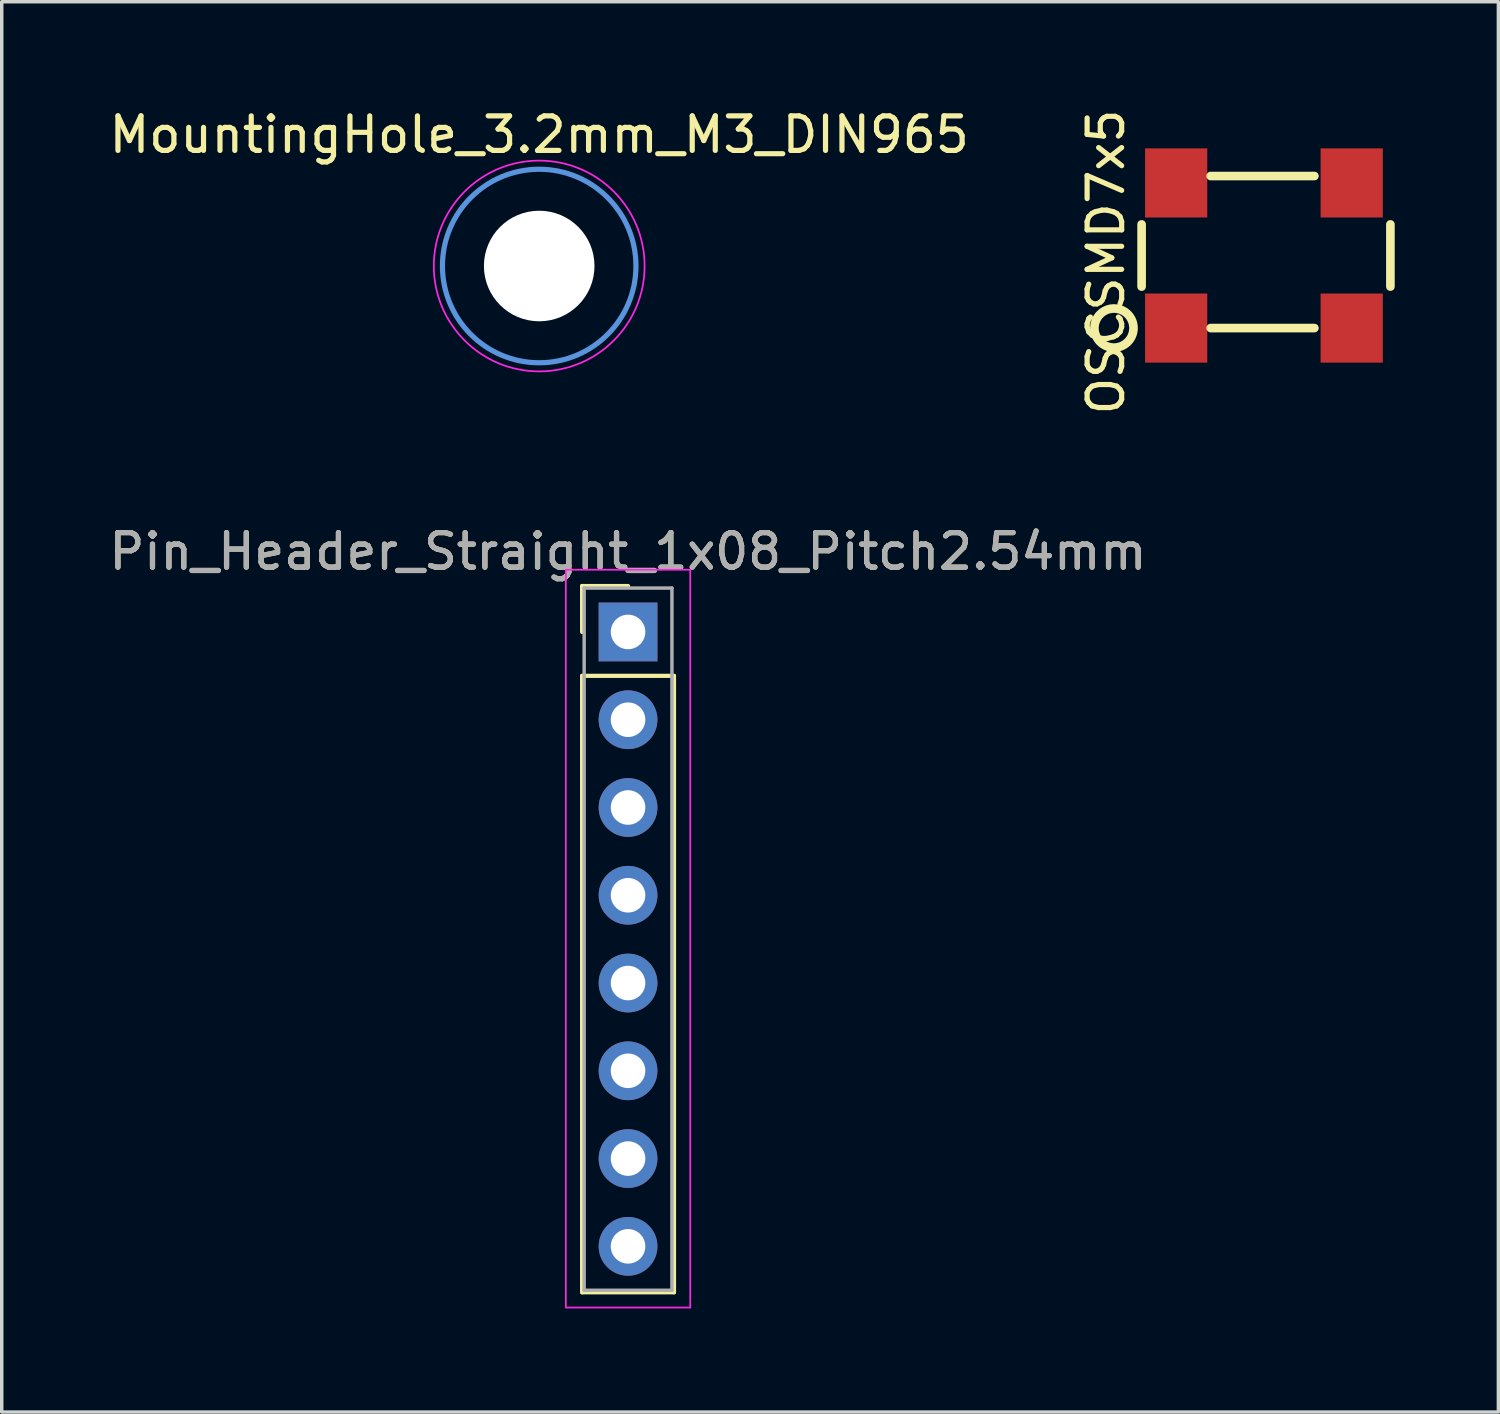
<source format=kicad_pcb>
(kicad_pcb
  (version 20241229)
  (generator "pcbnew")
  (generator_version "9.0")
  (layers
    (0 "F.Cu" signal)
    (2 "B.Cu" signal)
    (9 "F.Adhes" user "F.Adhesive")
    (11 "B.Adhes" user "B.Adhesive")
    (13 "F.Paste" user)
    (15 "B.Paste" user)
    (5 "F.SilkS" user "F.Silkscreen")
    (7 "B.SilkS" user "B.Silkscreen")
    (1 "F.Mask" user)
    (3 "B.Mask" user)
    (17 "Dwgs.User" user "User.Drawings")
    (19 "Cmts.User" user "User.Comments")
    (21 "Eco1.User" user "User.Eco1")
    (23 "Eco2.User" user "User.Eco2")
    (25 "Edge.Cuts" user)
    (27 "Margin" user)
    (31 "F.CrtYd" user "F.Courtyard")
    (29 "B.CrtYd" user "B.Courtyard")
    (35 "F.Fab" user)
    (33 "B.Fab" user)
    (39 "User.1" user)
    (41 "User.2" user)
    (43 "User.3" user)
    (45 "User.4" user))
  (footprint "Pin_Header_Straight_1x08_Pitch2.54mm"
    (layer "F.Cu")
    (at 15.125 15.238)
    (property "Reference" "Pin_Header_Straight_1x08_Pitch2.54mm" (at 0 -2.33 0) (layer "F.SilkS") (effects (font (size 1 1) (thickness 0.15))))
    (attr through_hole)
    (fp_line (start -1.33 -1.33) (end 0 -1.33) (stroke (width 0.12) (type solid)) (layer "F.SilkS"))
    (fp_line (start -1.33 0) (end -1.33 -1.33) (stroke (width 0.12) (type solid)) (layer "F.SilkS"))
    (fp_line (start -1.33 1.27) (end -1.33 19.11) (stroke (width 0.12) (type solid)) (layer "F.SilkS"))
    (fp_line (start -1.33 19.11) (end 1.33 19.11) (stroke (width 0.12) (type solid)) (layer "F.SilkS"))
    (fp_line (start 1.33 1.27) (end -1.33 1.27) (stroke (width 0.12) (type solid)) (layer "F.SilkS"))
    (fp_line (start 1.33 19.11) (end 1.33 1.27) (stroke (width 0.12) (type solid)) (layer "F.SilkS"))
    (fp_line (start -1.8 -1.8) (end -1.8 19.55) (stroke (width 0.05) (type solid)) (layer "F.CrtYd"))
    (fp_line (start -1.8 19.55) (end 1.8 19.55) (stroke (width 0.05) (type solid)) (layer "F.CrtYd"))
    (fp_line (start 1.8 -1.8) (end -1.8 -1.8) (stroke (width 0.05) (type solid)) (layer "F.CrtYd"))
    (fp_line (start 1.8 19.55) (end 1.8 -1.8) (stroke (width 0.05) (type solid)) (layer "F.CrtYd"))
    (fp_line (start -1.27 -1.27) (end -1.27 19.05) (stroke (width 0.1) (type solid)) (layer "F.Fab"))
    (fp_line (start -1.27 19.05) (end 1.27 19.05) (stroke (width 0.1) (type solid)) (layer "F.Fab"))
    (fp_line (start 1.27 -1.27) (end -1.27 -1.27) (stroke (width 0.1) (type solid)) (layer "F.Fab"))
    (fp_line (start 1.27 19.05) (end 1.27 -1.27) (stroke (width 0.1) (type solid)) (layer "F.Fab"))
    (fp_text user "${REFERENCE}" (at 0 -2.33 0) (layer "F.Fab") (effects (font (size 1 1) (thickness 0.15))))
    (pad "1" thru_hole rect (at 0 0) (size 1.7 1.7) (drill 1) (layers "*.Cu" "*.Mask"))
    (pad "2" thru_hole oval (at 0 2.54) (size 1.7 1.7) (drill 1) (layers "*.Cu" "*.Mask"))
    (pad "3" thru_hole oval (at 0 5.08) (size 1.7 1.7) (drill 1) (layers "*.Cu" "*.Mask"))
    (pad "4" thru_hole oval (at 0 7.62) (size 1.7 1.7) (drill 1) (layers "*.Cu" "*.Mask"))
    (pad "5" thru_hole oval (at 0 10.16) (size 1.7 1.7) (drill 1) (layers "*.Cu" "*.Mask"))
    (pad "6" thru_hole oval (at 0 12.7) (size 1.7 1.7) (drill 1) (layers "*.Cu" "*.Mask"))
    (pad "7" thru_hole oval (at 0 15.24) (size 1.7 1.7) (drill 1) (layers "*.Cu" "*.Mask"))
    (pad "8" thru_hole oval (at 0 17.78) (size 1.7 1.7) (drill 1) (layers "*.Cu" "*.Mask")))
  (footprint "OSCSMD7x5"
    (layer "F.Cu")
    (at 30.987 6.444)
    (property "Reference" "OSCSMD7x5" (at -2.032 -1.914 90) (layer "F.SilkS") (effects (font (size 1 1) (thickness 0.15))))
    (attr through_hole)
    (fp_line (start -1 -3) (end -1 -1.2) (stroke (width 0.25) (type solid)) (layer "F.SilkS"))
    (fp_line (start 1 -4.4) (end 4 -4.4) (stroke (width 0.25) (type solid)) (layer "F.SilkS"))
    (fp_line (start 1 0) (end 4 0) (stroke (width 0.25) (type solid)) (layer "F.SilkS"))
    (fp_line (start 6.2 -3) (end 6.2 -1.2) (stroke (width 0.25) (type solid)) (layer "F.SilkS"))
    (fp_circle (center -1.8 0) (end -1.4 -0.4) (stroke (width 0.25) (type solid)) (fill no) (layer "F.SilkS"))
    (pad "1" smd rect (at 0 0) (size 1.8 2) (layers "F.Cu" "F.Mask" "F.Paste"))
    (pad "2" smd rect (at 5.08 0) (size 1.8 2) (layers "F.Cu" "F.Mask" "F.Paste"))
    (pad "3" smd rect (at 5.08 -4.2) (size 1.8 2) (layers "F.Cu" "F.Mask" "F.Paste"))
    (pad "4" smd rect (at 0 -4.2) (size 1.8 2) (layers "F.Cu" "F.Mask" "F.Paste")))
  (footprint "MountingHole_3.2mm_M3_DIN965"
    (layer "F.Cu")
    (at 12.554 4.648)
    (property "Reference" "MountingHole_3.2mm_M3_DIN965" (at 0 -3.8 0) (layer "F.SilkS") (effects (font (size 1 1) (thickness 0.15))))
    (attr through_hole)
    (fp_circle (center 0 0) (end 2.8 0) (stroke (width 0.15) (type solid)) (fill no) (layer "Cmts.User"))
    (fp_circle (center 0 0) (end 3.05 0) (stroke (width 0.05) (type solid)) (fill no) (layer "F.CrtYd"))
    (pad "" np_thru_hole circle (at 0 0) (size 3.2 3.2) (drill 3.2) (layers "*.Cu" "*.Mask")))
  (gr_rect
    (start -3 -3)
    (end 40.312 37.813)
    (stroke (width 0.1) (type default))
    (fill no)
    (layer "Edge.Cuts")))
</source>
